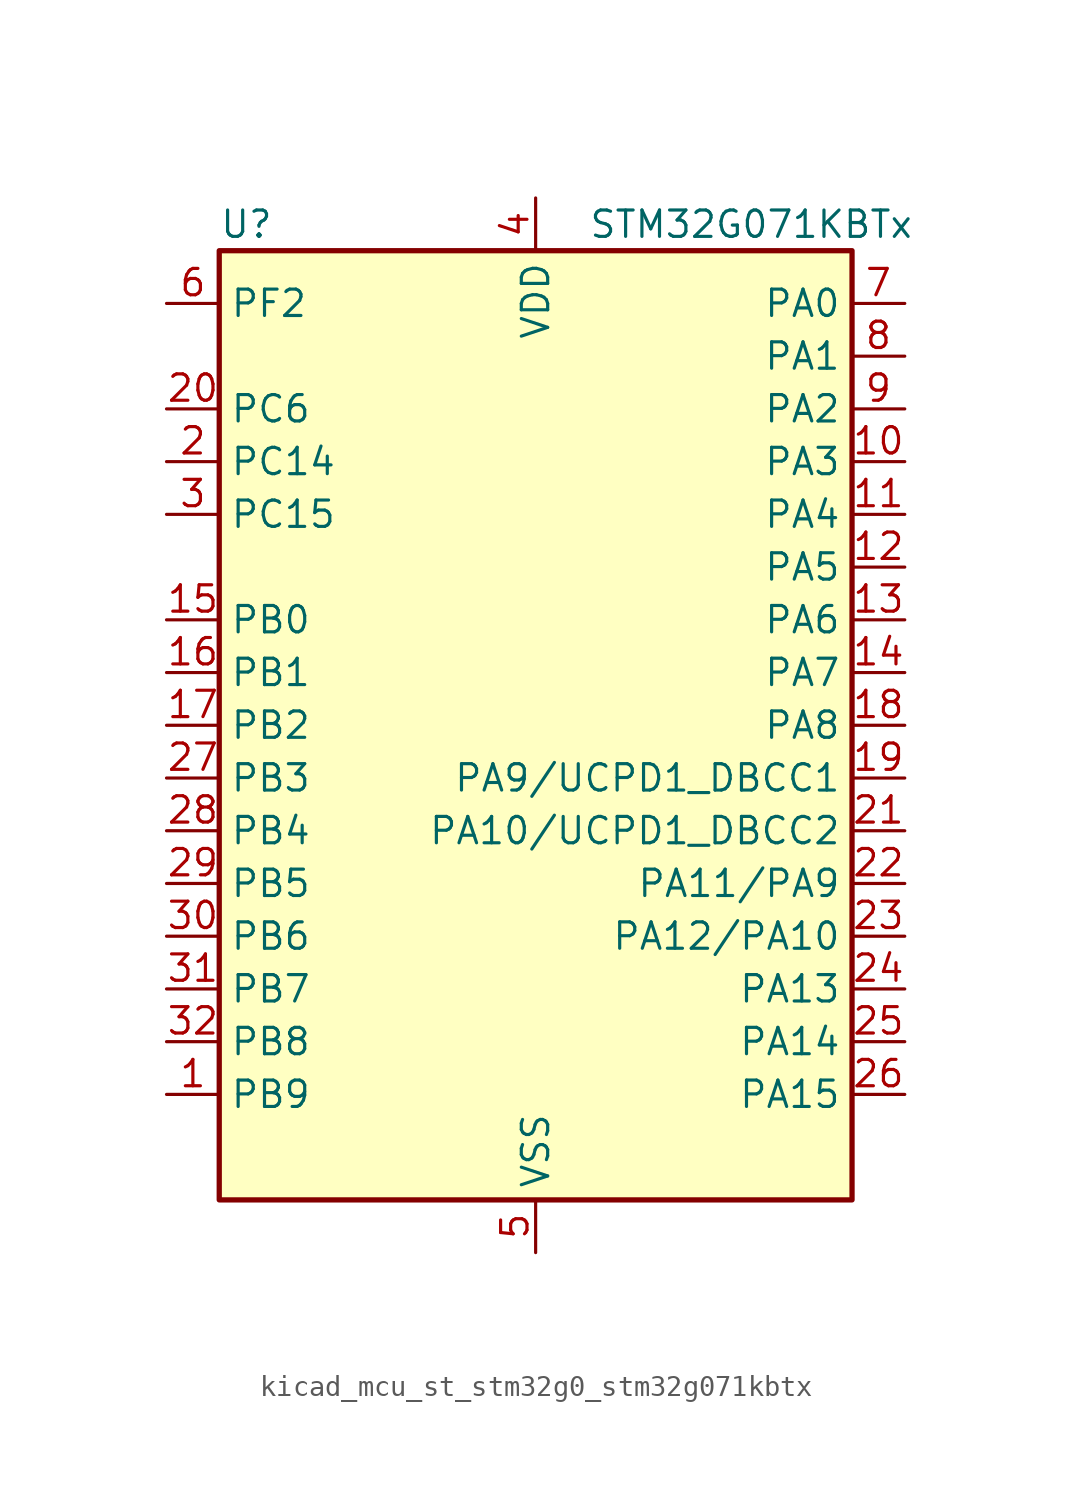
<source format=kicad_sym>
(kicad_symbol_lib
  (version 20220914)
  (generator kicad_symbol_editor)
  (symbol "kicad_mcu_st_stm32g0_stm32g071kbtx"
    (property "Reference" "U"
      (at -15.24 24.13 0)
      (effects (font (size 1.27 1.27)) (justify left)))
    (property "Value" "STM32G071KBTx"
      (at 2.54 24.13 0)
      (effects (font (size 1.27 1.27)) (justify left)))
    (property "ki_locked" ""
      (at 0 0 0)
      (effects (font (size 1.27 1.27))))
    (symbol "kicad_mcu_st_stm32g0_stm32g071kbtx_0_1"
      (rectangle (start -15.24 -22.86) (end 15.24 22.86) (stroke (width 0.254) (type default)) (fill (type background))))
    (symbol "kicad_mcu_st_stm32g0_stm32g071kbtx_1_1"
      (pin bidirectional line (at -17.78 -17.78 0) (length 2.54) (name "PB9" (effects (font (size 1.27 1.27)))) (number "1" (effects (font (size 1.27 1.27)))) (alternate "DAC1_EXTI9" bidirectional line) (alternate "I2C1_SDA" bidirectional line) (alternate "IR_OUT" bidirectional line) (alternate "SPI2_NSS" bidirectional line) (alternate "TIM17_CH1" bidirectional line) (alternate "USART3_RX" bidirectional line))
      (pin bidirectional line (at 17.78 12.7 180) (length 2.54) (name "PA3" (effects (font (size 1.27 1.27)))) (number "10" (effects (font (size 1.27 1.27)))) (alternate "ADC1_IN3" bidirectional line) (alternate "COMP2_INP" bidirectional line) (alternate "LPUART1_RX" bidirectional line) (alternate "SPI2_MISO" bidirectional line) (alternate "TIM15_CH2" bidirectional line) (alternate "TIM2_CH4" bidirectional line) (alternate "USART2_RX" bidirectional line))
      (pin bidirectional line (at 17.78 10.16 180) (length 2.54) (name "PA4" (effects (font (size 1.27 1.27)))) (number "11" (effects (font (size 1.27 1.27)))) (alternate "ADC1_IN4" bidirectional line) (alternate "DAC1_OUT1" bidirectional line) (alternate "I2S1_WS" bidirectional line) (alternate "LPTIM2_OUT" bidirectional line) (alternate "RTC_OUT_ALARM" bidirectional line) (alternate "RTC_OUT_CALIB" bidirectional line) (alternate "RTC_TAMP_IN1" bidirectional line) (alternate "RTC_TS" bidirectional line) (alternate "SPI1_NSS" bidirectional line) (alternate "SPI2_MOSI" bidirectional line) (alternate "SYS_WKUP2" bidirectional line) (alternate "TIM14_CH1" bidirectional line))
      (pin bidirectional line (at 17.78 7.62 180) (length 2.54) (name "PA5" (effects (font (size 1.27 1.27)))) (number "12" (effects (font (size 1.27 1.27)))) (alternate "ADC1_IN5" bidirectional line) (alternate "CEC" bidirectional line) (alternate "DAC1_OUT2" bidirectional line) (alternate "I2S1_CK" bidirectional line) (alternate "LPTIM2_ETR" bidirectional line) (alternate "SPI1_SCK" bidirectional line) (alternate "TIM2_CH1" bidirectional line) (alternate "TIM2_ETR" bidirectional line) (alternate "UCPD1_FRSTX1" bidirectional line) (alternate "UCPD1_FRSTX2" bidirectional line) (alternate "USART3_TX" bidirectional line))
      (pin bidirectional line (at 17.78 5.08 180) (length 2.54) (name "PA6" (effects (font (size 1.27 1.27)))) (number "13" (effects (font (size 1.27 1.27)))) (alternate "ADC1_IN6" bidirectional line) (alternate "COMP1_OUT" bidirectional line) (alternate "I2S1_MCK" bidirectional line) (alternate "LPUART1_CTS" bidirectional line) (alternate "SPI1_MISO" bidirectional line) (alternate "TIM16_CH1" bidirectional line) (alternate "TIM1_BK" bidirectional line) (alternate "TIM3_CH1" bidirectional line) (alternate "USART3_CTS" bidirectional line) (alternate "USART3_NSS" bidirectional line))
      (pin bidirectional line (at 17.78 2.54 180) (length 2.54) (name "PA7" (effects (font (size 1.27 1.27)))) (number "14" (effects (font (size 1.27 1.27)))) (alternate "ADC1_IN7" bidirectional line) (alternate "COMP2_OUT" bidirectional line) (alternate "I2S1_SD" bidirectional line) (alternate "SPI1_MOSI" bidirectional line) (alternate "TIM14_CH1" bidirectional line) (alternate "TIM17_CH1" bidirectional line) (alternate "TIM1_CH1N" bidirectional line) (alternate "TIM3_CH2" bidirectional line) (alternate "UCPD1_FRSTX1" bidirectional line) (alternate "UCPD1_FRSTX2" bidirectional line))
      (pin bidirectional line (at -17.78 5.08 0) (length 2.54) (name "PB0" (effects (font (size 1.27 1.27)))) (number "15" (effects (font (size 1.27 1.27)))) (alternate "ADC1_IN8" bidirectional line) (alternate "COMP1_OUT" bidirectional line) (alternate "I2S1_WS" bidirectional line) (alternate "LPTIM1_OUT" bidirectional line) (alternate "SPI1_NSS" bidirectional line) (alternate "TIM1_CH2N" bidirectional line) (alternate "TIM3_CH3" bidirectional line) (alternate "UCPD1_FRSTX1" bidirectional line) (alternate "UCPD1_FRSTX2" bidirectional line) (alternate "USART3_RX" bidirectional line))
      (pin bidirectional line (at -17.78 2.54 0) (length 2.54) (name "PB1" (effects (font (size 1.27 1.27)))) (number "16" (effects (font (size 1.27 1.27)))) (alternate "ADC1_IN9" bidirectional line) (alternate "COMP1_INM" bidirectional line) (alternate "LPTIM2_IN1" bidirectional line) (alternate "LPUART1_DE" bidirectional line) (alternate "LPUART1_RTS" bidirectional line) (alternate "TIM14_CH1" bidirectional line) (alternate "TIM1_CH3N" bidirectional line) (alternate "TIM3_CH4" bidirectional line) (alternate "USART3_CK" bidirectional line) (alternate "USART3_DE" bidirectional line) (alternate "USART3_RTS" bidirectional line))
      (pin bidirectional line (at -17.78 0 0) (length 2.54) (name "PB2" (effects (font (size 1.27 1.27)))) (number "17" (effects (font (size 1.27 1.27)))) (alternate "ADC1_IN10" bidirectional line) (alternate "COMP1_INP" bidirectional line) (alternate "LPTIM1_OUT" bidirectional line) (alternate "SPI2_MISO" bidirectional line) (alternate "USART3_TX" bidirectional line))
      (pin bidirectional line (at 17.78 0 180) (length 2.54) (name "PA8" (effects (font (size 1.27 1.27)))) (number "18" (effects (font (size 1.27 1.27)))) (alternate "LPTIM2_OUT" bidirectional line) (alternate "RCC_MCO" bidirectional line) (alternate "SPI2_NSS" bidirectional line) (alternate "TIM1_CH1" bidirectional line) (alternate "UCPD1_CC1" bidirectional line))
      (pin bidirectional line (at 17.78 -2.54 180) (length 2.54) (name "PA9/UCPD1_DBCC1" (effects (font (size 1.27 1.27)))) (number "19" (effects (font (size 1.27 1.27)))) (alternate "DAC1_EXTI9" bidirectional line) (alternate "I2C1_SCL" bidirectional line) (alternate "RCC_MCO" bidirectional line) (alternate "SPI2_MISO" bidirectional line) (alternate "TIM15_BK" bidirectional line) (alternate "TIM1_CH2" bidirectional line) (alternate "UCPD1_DBCC1" bidirectional line) (alternate "USART1_TX" bidirectional line))
      (pin bidirectional line (at -17.78 12.7 0) (length 2.54) (name "PC14" (effects (font (size 1.27 1.27)))) (number "2" (effects (font (size 1.27 1.27)))) (alternate "RCC_OSC32_IN" bidirectional line) (alternate "RCC_OSC_IN" bidirectional line) (alternate "TIM1_BK2" bidirectional line))
      (pin bidirectional line (at -17.78 15.24 0) (length 2.54) (name "PC6" (effects (font (size 1.27 1.27)))) (number "20" (effects (font (size 1.27 1.27)))) (alternate "TIM2_CH3" bidirectional line) (alternate "TIM3_CH1" bidirectional line) (alternate "UCPD1_FRSTX1" bidirectional line) (alternate "UCPD1_FRSTX2" bidirectional line))
      (pin bidirectional line (at 17.78 -5.08 180) (length 2.54) (name "PA10/UCPD1_DBCC2" (effects (font (size 1.27 1.27)))) (number "21" (effects (font (size 1.27 1.27)))) (alternate "I2C1_SDA" bidirectional line) (alternate "SPI2_MOSI" bidirectional line) (alternate "TIM17_BK" bidirectional line) (alternate "TIM1_CH3" bidirectional line) (alternate "UCPD1_DBCC2" bidirectional line) (alternate "USART1_RX" bidirectional line))
      (pin bidirectional line (at 17.78 -7.62 180) (length 2.54) (name "PA11/PA9" (effects (font (size 1.27 1.27)))) (number "22" (effects (font (size 1.27 1.27)))) (alternate "ADC1_EXTI11" bidirectional line) (alternate "COMP1_OUT" bidirectional line) (alternate "I2C2_SCL" bidirectional line) (alternate "I2S1_MCK" bidirectional line) (alternate "SPI1_MISO" bidirectional line) (alternate "TIM1_BK2" bidirectional line) (alternate "TIM1_CH4" bidirectional line) (alternate "USART1_CTS" bidirectional line) (alternate "USART1_NSS" bidirectional line))
      (pin bidirectional line (at 17.78 -10.16 180) (length 2.54) (name "PA12/PA10" (effects (font (size 1.27 1.27)))) (number "23" (effects (font (size 1.27 1.27)))) (alternate "COMP2_OUT" bidirectional line) (alternate "I2C2_SDA" bidirectional line) (alternate "I2S1_SD" bidirectional line) (alternate "I2S_CKIN" bidirectional line) (alternate "SPI1_MOSI" bidirectional line) (alternate "TIM1_ETR" bidirectional line) (alternate "USART1_CK" bidirectional line) (alternate "USART1_DE" bidirectional line) (alternate "USART1_RTS" bidirectional line))
      (pin bidirectional line (at 17.78 -12.7 180) (length 2.54) (name "PA13" (effects (font (size 1.27 1.27)))) (number "24" (effects (font (size 1.27 1.27)))) (alternate "IR_OUT" bidirectional line) (alternate "SYS_SWDIO" bidirectional line))
      (pin bidirectional line (at 17.78 -15.24 180) (length 2.54) (name "PA14" (effects (font (size 1.27 1.27)))) (number "25" (effects (font (size 1.27 1.27)))) (alternate "SYS_SWCLK" bidirectional line) (alternate "USART2_TX" bidirectional line))
      (pin bidirectional line (at 17.78 -17.78 180) (length 2.54) (name "PA15" (effects (font (size 1.27 1.27)))) (number "26" (effects (font (size 1.27 1.27)))) (alternate "I2S1_WS" bidirectional line) (alternate "SPI1_NSS" bidirectional line) (alternate "TIM2_CH1" bidirectional line) (alternate "TIM2_ETR" bidirectional line) (alternate "USART2_RX" bidirectional line) (alternate "USART3_CK" bidirectional line) (alternate "USART3_DE" bidirectional line) (alternate "USART3_RTS" bidirectional line) (alternate "USART4_CK" bidirectional line) (alternate "USART4_DE" bidirectional line) (alternate "USART4_RTS" bidirectional line))
      (pin bidirectional line (at -17.78 -2.54 0) (length 2.54) (name "PB3" (effects (font (size 1.27 1.27)))) (number "27" (effects (font (size 1.27 1.27)))) (alternate "COMP2_INM" bidirectional line) (alternate "I2S1_CK" bidirectional line) (alternate "SPI1_SCK" bidirectional line) (alternate "TIM1_CH2" bidirectional line) (alternate "TIM2_CH2" bidirectional line) (alternate "USART1_CK" bidirectional line) (alternate "USART1_DE" bidirectional line) (alternate "USART1_RTS" bidirectional line))
      (pin bidirectional line (at -17.78 -5.08 0) (length 2.54) (name "PB4" (effects (font (size 1.27 1.27)))) (number "28" (effects (font (size 1.27 1.27)))) (alternate "COMP2_INP" bidirectional line) (alternate "I2S1_MCK" bidirectional line) (alternate "SPI1_MISO" bidirectional line) (alternate "TIM17_BK" bidirectional line) (alternate "TIM3_CH1" bidirectional line) (alternate "USART1_CTS" bidirectional line) (alternate "USART1_NSS" bidirectional line))
      (pin bidirectional line (at -17.78 -7.62 0) (length 2.54) (name "PB5" (effects (font (size 1.27 1.27)))) (number "29" (effects (font (size 1.27 1.27)))) (alternate "COMP2_OUT" bidirectional line) (alternate "I2C1_SMBA" bidirectional line) (alternate "I2S1_SD" bidirectional line) (alternate "LPTIM1_IN1" bidirectional line) (alternate "SPI1_MOSI" bidirectional line) (alternate "SYS_WKUP6" bidirectional line) (alternate "TIM16_BK" bidirectional line) (alternate "TIM3_CH2" bidirectional line))
      (pin bidirectional line (at -17.78 10.16 0) (length 2.54) (name "PC15" (effects (font (size 1.27 1.27)))) (number "3" (effects (font (size 1.27 1.27)))) (alternate "RCC_OSC32_EN" bidirectional line) (alternate "RCC_OSC32_OUT" bidirectional line) (alternate "RCC_OSC_EN" bidirectional line) (alternate "TIM15_BK" bidirectional line))
      (pin bidirectional line (at -17.78 -10.16 0) (length 2.54) (name "PB6" (effects (font (size 1.27 1.27)))) (number "30" (effects (font (size 1.27 1.27)))) (alternate "COMP2_INP" bidirectional line) (alternate "I2C1_SCL" bidirectional line) (alternate "LPTIM1_ETR" bidirectional line) (alternate "SPI2_MISO" bidirectional line) (alternate "TIM16_CH1N" bidirectional line) (alternate "TIM1_CH3" bidirectional line) (alternate "USART1_TX" bidirectional line))
      (pin bidirectional line (at -17.78 -12.7 0) (length 2.54) (name "PB7" (effects (font (size 1.27 1.27)))) (number "31" (effects (font (size 1.27 1.27)))) (alternate "COMP2_INM" bidirectional line) (alternate "I2C1_SDA" bidirectional line) (alternate "LPTIM1_IN2" bidirectional line) (alternate "SPI2_MOSI" bidirectional line) (alternate "SYS_PVD_IN" bidirectional line) (alternate "TIM17_CH1N" bidirectional line) (alternate "USART1_RX" bidirectional line) (alternate "USART4_CTS" bidirectional line) (alternate "USART4_NSS" bidirectional line))
      (pin bidirectional line (at -17.78 -15.24 0) (length 2.54) (name "PB8" (effects (font (size 1.27 1.27)))) (number "32" (effects (font (size 1.27 1.27)))) (alternate "CEC" bidirectional line) (alternate "I2C1_SCL" bidirectional line) (alternate "SPI2_SCK" bidirectional line) (alternate "TIM15_BK" bidirectional line) (alternate "TIM16_CH1" bidirectional line) (alternate "USART3_TX" bidirectional line))
      (pin power_in line (at 0 25.4 270) (length 2.54) (name "VDD" (effects (font (size 1.27 1.27)))) (number "4" (effects (font (size 1.27 1.27)))))
      (pin power_in line (at 0 -25.4 90) (length 2.54) (name "VSS" (effects (font (size 1.27 1.27)))) (number "5" (effects (font (size 1.27 1.27)))))
      (pin bidirectional line (at -17.78 20.32 0) (length 2.54) (name "PF2" (effects (font (size 1.27 1.27)))) (number "6" (effects (font (size 1.27 1.27)))) (alternate "RCC_MCO" bidirectional line))
      (pin bidirectional line (at 17.78 20.32 180) (length 2.54) (name "PA0" (effects (font (size 1.27 1.27)))) (number "7" (effects (font (size 1.27 1.27)))) (alternate "ADC1_IN0" bidirectional line) (alternate "COMP1_INM" bidirectional line) (alternate "COMP1_OUT" bidirectional line) (alternate "LPTIM1_OUT" bidirectional line) (alternate "RTC_TAMP_IN2" bidirectional line) (alternate "SPI2_SCK" bidirectional line) (alternate "SYS_WKUP1" bidirectional line) (alternate "TIM2_CH1" bidirectional line) (alternate "TIM2_ETR" bidirectional line) (alternate "USART2_CTS" bidirectional line) (alternate "USART2_NSS" bidirectional line) (alternate "USART4_TX" bidirectional line))
      (pin bidirectional line (at 17.78 17.78 180) (length 2.54) (name "PA1" (effects (font (size 1.27 1.27)))) (number "8" (effects (font (size 1.27 1.27)))) (alternate "ADC1_IN1" bidirectional line) (alternate "COMP1_INP" bidirectional line) (alternate "I2C1_SMBA" bidirectional line) (alternate "I2S1_CK" bidirectional line) (alternate "SPI1_SCK" bidirectional line) (alternate "TIM15_CH1N" bidirectional line) (alternate "TIM2_CH2" bidirectional line) (alternate "USART2_CK" bidirectional line) (alternate "USART2_DE" bidirectional line) (alternate "USART2_RTS" bidirectional line) (alternate "USART4_RX" bidirectional line))
      (pin bidirectional line (at 17.78 15.24 180) (length 2.54) (name "PA2" (effects (font (size 1.27 1.27)))) (number "9" (effects (font (size 1.27 1.27)))) (alternate "ADC1_IN2" bidirectional line) (alternate "COMP2_INM" bidirectional line) (alternate "COMP2_OUT" bidirectional line) (alternate "I2S1_SD" bidirectional line) (alternate "LPUART1_TX" bidirectional line) (alternate "RCC_LSCO" bidirectional line) (alternate "SPI1_MOSI" bidirectional line) (alternate "SYS_WKUP4" bidirectional line) (alternate "TIM15_CH1" bidirectional line) (alternate "TIM2_CH3" bidirectional line) (alternate "UCPD1_FRSTX1" bidirectional line) (alternate "UCPD1_FRSTX2" bidirectional line) (alternate "USART2_TX" bidirectional line)))))
</source>
